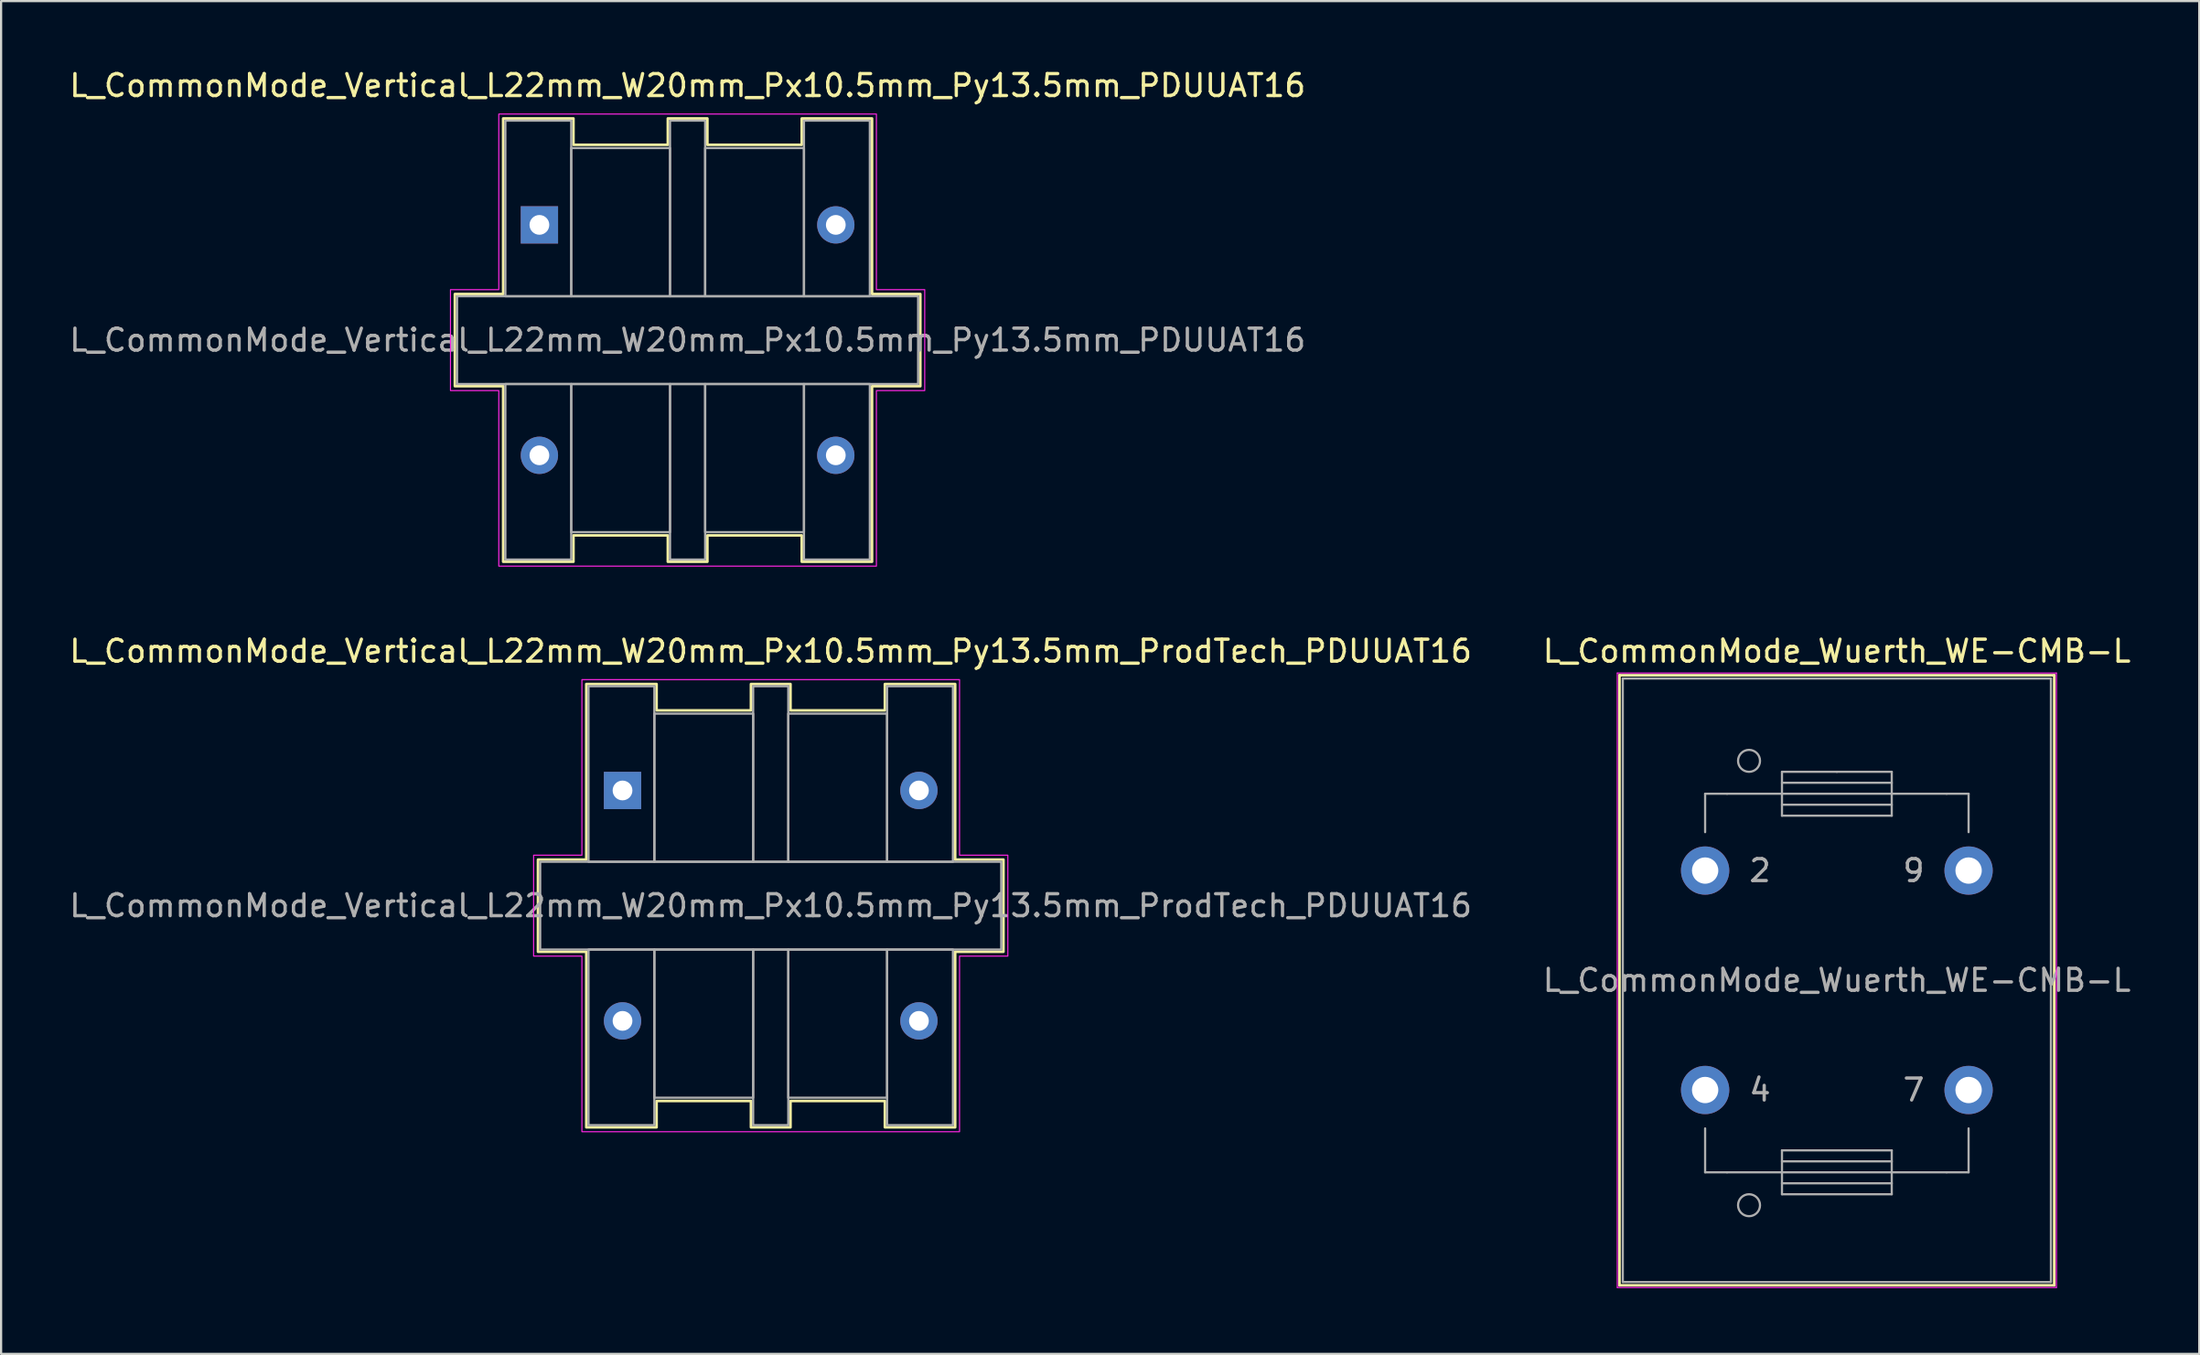
<source format=kicad_pcb>
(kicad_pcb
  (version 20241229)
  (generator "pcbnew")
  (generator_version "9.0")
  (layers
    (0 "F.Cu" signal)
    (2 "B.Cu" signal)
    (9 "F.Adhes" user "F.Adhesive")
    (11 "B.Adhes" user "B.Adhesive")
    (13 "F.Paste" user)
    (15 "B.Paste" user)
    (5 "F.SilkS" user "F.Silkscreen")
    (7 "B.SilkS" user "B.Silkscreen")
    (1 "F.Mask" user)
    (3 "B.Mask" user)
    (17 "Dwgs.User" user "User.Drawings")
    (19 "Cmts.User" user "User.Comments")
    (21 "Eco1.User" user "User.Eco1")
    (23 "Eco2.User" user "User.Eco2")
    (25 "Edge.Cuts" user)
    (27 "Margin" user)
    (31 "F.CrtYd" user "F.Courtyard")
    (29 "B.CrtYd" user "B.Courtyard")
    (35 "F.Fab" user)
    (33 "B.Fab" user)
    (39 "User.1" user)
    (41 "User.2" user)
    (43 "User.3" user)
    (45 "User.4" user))
  (footprint "L_CommonMode_Wuerth_WE-CMB-L"
    (layer "F.Cu")
    (at 74.613 36.621)
    (property "Reference" "L_CommonMode_Wuerth_WE-CMB-L" (at 6 -10 0) (layer "F.SilkS") (effects (font (size 1 1) (thickness 0.15))))
    (attr through_hole)
    (fp_line (start -3.9 18.9) (end -3.9 -8.9) (stroke (width 0.12) (type solid)) (layer "F.SilkS"))
    (fp_line (start -3.9 18.9) (end 15.9 18.9) (stroke (width 0.12) (type solid)) (layer "F.SilkS"))
    (fp_line (start 15.9 -8.9) (end -3.9 -8.9) (stroke (width 0.12) (type solid)) (layer "F.SilkS"))
    (fp_line (start 15.9 18.9) (end 15.9 -8.9) (stroke (width 0.12) (type solid)) (layer "F.SilkS"))
    (fp_line (start -4 -9) (end -4 19) (stroke (width 0.05) (type solid)) (layer "F.CrtYd"))
    (fp_line (start -4 19) (end 16 19) (stroke (width 0.05) (type solid)) (layer "F.CrtYd"))
    (fp_line (start 16 -9) (end -4 -9) (stroke (width 0.05) (type solid)) (layer "F.CrtYd"))
    (fp_line (start 16 19) (end 16 -9) (stroke (width 0.05) (type solid)) (layer "F.CrtYd"))
    (fp_line (start -3.75 -8.75) (end -3.75 18.75) (stroke (width 0.1) (type solid)) (layer "F.Fab"))
    (fp_line (start 0 -3.5) (end 0 -1.75) (stroke (width 0.1) (type solid)) (layer "F.Fab"))
    (fp_line (start 0 13.75) (end 0 11.75) (stroke (width 0.1) (type solid)) (layer "F.Fab"))
    (fp_line (start 1 -3.5) (end 0 -3.5) (stroke (width 0.1) (type solid)) (layer "F.Fab"))
    (fp_line (start 1 13.75) (end 0 13.75) (stroke (width 0.1) (type solid)) (layer "F.Fab"))
    (fp_line (start 1 13.75) (end 3.5 13.75) (stroke (width 0.1) (type solid)) (layer "F.Fab"))
    (fp_line (start 3.5 -4.5) (end 6 -4.5) (stroke (width 0.1) (type solid)) (layer "F.Fab"))
    (fp_line (start 3.5 -3.5) (end 1 -3.5) (stroke (width 0.1) (type solid)) (layer "F.Fab"))
    (fp_line (start 3.5 -3.5) (end 8.5 -3.5) (stroke (width 0.1) (type solid)) (layer "F.Fab"))
    (fp_line (start 3.5 -3) (end 8.5 -3) (stroke (width 0.1) (type solid)) (layer "F.Fab"))
    (fp_line (start 3.5 -2.5) (end 3.5 -4.5) (stroke (width 0.1) (type solid)) (layer "F.Fab"))
    (fp_line (start 3.5 12.75) (end 8.5 12.75) (stroke (width 0.1) (type solid)) (layer "F.Fab"))
    (fp_line (start 3.5 14.25) (end 8.5 14.25) (stroke (width 0.1) (type solid)) (layer "F.Fab"))
    (fp_line (start 3.5 14.75) (end 3.5 12.75) (stroke (width 0.1) (type solid)) (layer "F.Fab"))
    (fp_line (start 6 -4.5) (end 8.5 -4.5) (stroke (width 0.1) (type solid)) (layer "F.Fab"))
    (fp_line (start 8.5 -4.5) (end 8.5 -2.5) (stroke (width 0.1) (type solid)) (layer "F.Fab"))
    (fp_line (start 8.5 -4) (end 3.5 -4) (stroke (width 0.1) (type solid)) (layer "F.Fab"))
    (fp_line (start 8.5 -3.5) (end 11 -3.5) (stroke (width 0.1) (type solid)) (layer "F.Fab"))
    (fp_line (start 8.5 -2.5) (end 3.5 -2.5) (stroke (width 0.1) (type solid)) (layer "F.Fab"))
    (fp_line (start 8.5 12.75) (end 8.5 14.75) (stroke (width 0.1) (type solid)) (layer "F.Fab"))
    (fp_line (start 8.5 13.25) (end 3.5 13.25) (stroke (width 0.1) (type solid)) (layer "F.Fab"))
    (fp_line (start 8.5 13.75) (end 3.5 13.75) (stroke (width 0.1) (type solid)) (layer "F.Fab"))
    (fp_line (start 8.5 14.75) (end 3.5 14.75) (stroke (width 0.1) (type solid)) (layer "F.Fab"))
    (fp_line (start 11 -3.5) (end 12 -3.5) (stroke (width 0.1) (type solid)) (layer "F.Fab"))
    (fp_line (start 11 13.75) (end 8.5 13.75) (stroke (width 0.1) (type solid)) (layer "F.Fab"))
    (fp_line (start 11 13.75) (end 12 13.75) (stroke (width 0.1) (type solid)) (layer "F.Fab"))
    (fp_line (start 12 -3.5) (end 12 -1.75) (stroke (width 0.1) (type solid)) (layer "F.Fab"))
    (fp_line (start 12 13.75) (end 12 11.75) (stroke (width 0.1) (type solid)) (layer "F.Fab"))
    (fp_line (start 15.75 -8.75) (end -3.75 -8.75) (stroke (width 0.1) (type solid)) (layer "F.Fab"))
    (fp_line (start 15.75 -8.75) (end 15.75 18.75) (stroke (width 0.1) (type solid)) (layer "F.Fab"))
    (fp_line (start 15.75 18.75) (end -3.75 18.75) (stroke (width 0.1) (type solid)) (layer "F.Fab"))
    (fp_circle (center 2 -5) (end 2.5 -5) (stroke (width 0.1) (type solid)) (fill no) (layer "F.Fab"))
    (fp_circle (center 2 15.25) (end 2.5 15.25) (stroke (width 0.1) (type solid)) (fill no) (layer "F.Fab"))
    (fp_text user "7" (at 9.5 10 0) (layer "F.Fab") (effects (font (size 1 1) (thickness 0.15))))
    (fp_text user "2" (at 2.5 0 0) (layer "F.Fab") (effects (font (size 1 1) (thickness 0.15))))
    (fp_text user "4" (at 2.5 10 0) (layer "F.Fab") (effects (font (size 1 1) (thickness 0.15))))
    (fp_text user "${REFERENCE}" (at 6 5 0) (layer "F.Fab") (effects (font (size 1 1) (thickness 0.15))))
    (fp_text user "9" (at 9.5 0 0) (layer "F.Fab") (effects (font (size 1 1) (thickness 0.15))))
    (pad "2" thru_hole circle (at 0 0) (size 2.2 2.2) (drill 1.2) (layers "*.Cu" "*.Mask"))
    (pad "4" thru_hole circle (at 0 10) (size 2.2 2.2) (drill 1.2) (layers "*.Cu" "*.Mask"))
    (pad "7" thru_hole circle (at 12 10) (size 2.2 2.2) (drill 1.2) (layers "*.Cu" "*.Mask"))
    (pad "9" thru_hole circle (at 12 0) (size 2.2 2.2) (drill 1.2) (layers "*.Cu" "*.Mask")))
  (footprint "L_CommonMode_Vertical_L22mm_W20mm_Px10.5mm_Py13.5mm_ProdTech_PDUUAT16"
    (layer "F.Cu")
    (at 25.304 32.971)
    (property "Reference" "L_CommonMode_Vertical_L22mm_W20mm_Px10.5mm_Py13.5mm_ProdTech_PDUUAT16" (at 6.75 -6.35 0) (unlocked yes) (layer "F.SilkS") (effects (font (size 1 1) (thickness 0.15))))
    (attr through_hole)
    (fp_poly (pts (xy 1.55 -3.65) (xy 5.85 -3.65) (xy 5.85 -4.85) (xy 7.65 -4.85) (xy 7.65 -3.65) (xy 11.95 -3.65) (xy 11.95 -4.85) (xy 15.15 -4.85) (xy 15.15 3.15) (xy 17.35 3.15) (xy 17.35 7.35) (xy 15.15 7.35) (xy 15.15 15.35) (xy 11.95 15.35) (xy 11.95 14.15) (xy 7.65 14.15) (xy 7.65 15.35) (xy 5.85 15.35) (xy 5.85 14.15) (xy 1.55 14.15) (xy 1.55 15.35) (xy -1.65 15.35) (xy -1.65 7.35) (xy -3.85 7.35) (xy -3.85 3.15) (xy -1.65 3.15) (xy -1.65 -4.85) (xy 1.55 -4.85)) (stroke (width 0.12) (type solid)) (fill no) (layer "F.SilkS"))
    (fp_poly (pts (xy 15.35 2.95) (xy 17.55 2.95) (xy 17.55 7.55) (xy 15.35 7.55) (xy 15.35 15.55) (xy -1.85 15.55) (xy -1.85 7.55) (xy -4.05 7.55) (xy -4.05 2.95) (xy -1.85 2.95) (xy -1.85 -5.05) (xy 15.35 -5.05)) (stroke (width 0.05) (type solid)) (fill no) (layer "F.CrtYd"))
    (fp_rect (start -3.75 3.25) (end 17.25 7.25) (stroke (width 0.1) (type solid)) (fill no) (layer "F.Fab"))
    (fp_rect (start -1.55 -4.75) (end 1.45 3.25) (stroke (width 0.1) (type solid)) (fill no) (layer "F.Fab"))
    (fp_rect (start -1.55 7.25) (end 1.45 15.25) (stroke (width 0.1) (type solid)) (fill no) (layer "F.Fab"))
    (fp_rect (start 1.45 -3.5) (end 5.95 3.25) (stroke (width 0.1) (type solid)) (fill no) (layer "F.Fab"))
    (fp_rect (start 1.45 7.25) (end 5.95 14) (stroke (width 0.1) (type solid)) (fill no) (layer "F.Fab"))
    (fp_rect (start 5.95 -4.75) (end 7.55 3.25) (stroke (width 0.1) (type solid)) (fill no) (layer "F.Fab"))
    (fp_rect (start 5.95 7.25) (end 7.55 15.25) (stroke (width 0.1) (type solid)) (fill no) (layer "F.Fab"))
    (fp_rect (start 7.55 -3.5) (end 12.05 3.25) (stroke (width 0.1) (type solid)) (fill no) (layer "F.Fab"))
    (fp_rect (start 7.55 7.25) (end 12.05 14) (stroke (width 0.1) (type solid)) (fill no) (layer "F.Fab"))
    (fp_rect (start 15.05 3.25) (end 12.05 -4.75) (stroke (width 0.1) (type solid)) (fill no) (layer "F.Fab"))
    (fp_rect (start 15.05 15.25) (end 12.05 7.25) (stroke (width 0.1) (type solid)) (fill no) (layer "F.Fab"))
    (fp_text user "${REFERENCE}" (at 6.75 5.25 0) (unlocked yes) (layer "F.Fab") (effects (font (size 1 1) (thickness 0.15))))
    (pad "1" thru_hole rect (at 0 0) (size 1.7 1.7) (drill 0.9) (layers "*.Cu" "*.Mask"))
    (pad "2" thru_hole circle (at 13.5 0) (size 1.7 1.7) (drill 0.9) (layers "*.Cu" "*.Mask"))
    (pad "3" thru_hole circle (at 13.5 10.5) (size 1.7 1.7) (drill 0.9) (layers "*.Cu" "*.Mask"))
    (pad "4" thru_hole circle (at 0 10.5) (size 1.7 1.7) (drill 0.9) (layers "*.Cu" "*.Mask"))
    (zone (net_name "") (layers "F.Cu" "B.Cu" "F.SilkS") (hatch edge 0.508) (connect_pads) (min_thickness 0.254) (filled_areas_thickness no) (keepout (tracks not_allowed) (vias not_allowed) (pads not_allowed) (copperpour not_allowed) (footprints allowed)) (placement (enabled no)) (fill) (polygon (pts (xy 37.354 46.971) (xy 26.754 46.971) (xy 26.754 29.471) (xy 37.354 29.471)))))
  (footprint "L_CommonMode_Vertical_L22mm_W20mm_Px10.5mm_Py13.5mm_PDUUAT16"
    (layer "F.Cu")
    (at 21.518 7.198)
    (property "Reference" "L_CommonMode_Vertical_L22mm_W20mm_Px10.5mm_Py13.5mm_PDUUAT16" (at 6.75 -6.35 0) (unlocked yes) (layer "F.SilkS") (effects (font (size 1 1) (thickness 0.15))))
    (attr through_hole)
    (fp_poly (pts (xy 1.55 -3.65) (xy 5.85 -3.65) (xy 5.85 -4.85) (xy 7.65 -4.85) (xy 7.65 -3.65) (xy 11.95 -3.65) (xy 11.95 -4.85) (xy 15.15 -4.85) (xy 15.15 3.15) (xy 17.35 3.15) (xy 17.35 7.35) (xy 15.15 7.35) (xy 15.15 15.35) (xy 11.95 15.35) (xy 11.95 14.15) (xy 7.65 14.15) (xy 7.65 15.35) (xy 5.85 15.35) (xy 5.85 14.15) (xy 1.55 14.15) (xy 1.55 15.35) (xy -1.65 15.35) (xy -1.65 7.35) (xy -3.85 7.35) (xy -3.85 3.15) (xy -1.65 3.15) (xy -1.65 -4.85) (xy 1.55 -4.85)) (stroke (width 0.12) (type solid)) (fill no) (layer "F.SilkS"))
    (fp_poly (pts (xy 15.35 2.95) (xy 17.55 2.95) (xy 17.55 7.55) (xy 15.35 7.55) (xy 15.35 15.55) (xy -1.85 15.55) (xy -1.85 7.55) (xy -4.05 7.55) (xy -4.05 2.95) (xy -1.85 2.95) (xy -1.85 -5.05) (xy 15.35 -5.05)) (stroke (width 0.05) (type solid)) (fill no) (layer "F.CrtYd"))
    (fp_rect (start -3.75 3.25) (end 17.25 7.25) (stroke (width 0.1) (type solid)) (fill no) (layer "F.Fab"))
    (fp_rect (start -1.55 -4.75) (end 1.45 3.25) (stroke (width 0.1) (type solid)) (fill no) (layer "F.Fab"))
    (fp_rect (start -1.55 7.25) (end 1.45 15.25) (stroke (width 0.1) (type solid)) (fill no) (layer "F.Fab"))
    (fp_rect (start 1.45 -3.5) (end 5.95 3.25) (stroke (width 0.1) (type solid)) (fill no) (layer "F.Fab"))
    (fp_rect (start 1.45 7.25) (end 5.95 14) (stroke (width 0.1) (type solid)) (fill no) (layer "F.Fab"))
    (fp_rect (start 5.95 -4.75) (end 7.55 3.25) (stroke (width 0.1) (type solid)) (fill no) (layer "F.Fab"))
    (fp_rect (start 5.95 7.25) (end 7.55 15.25) (stroke (width 0.1) (type solid)) (fill no) (layer "F.Fab"))
    (fp_rect (start 7.55 -3.5) (end 12.05 3.25) (stroke (width 0.1) (type solid)) (fill no) (layer "F.Fab"))
    (fp_rect (start 7.55 7.25) (end 12.05 14) (stroke (width 0.1) (type solid)) (fill no) (layer "F.Fab"))
    (fp_rect (start 15.05 3.25) (end 12.05 -4.75) (stroke (width 0.1) (type solid)) (fill no) (layer "F.Fab"))
    (fp_rect (start 15.05 15.25) (end 12.05 7.25) (stroke (width 0.1) (type solid)) (fill no) (layer "F.Fab"))
    (fp_text user "${REFERENCE}" (at 6.75 5.25 0) (unlocked yes) (layer "F.Fab") (effects (font (size 1 1) (thickness 0.15))))
    (pad "1" thru_hole rect (at 0 0) (size 1.7 1.7) (drill 0.9) (layers "*.Cu" "*.Mask"))
    (pad "2" thru_hole circle (at 13.5 0) (size 1.7 1.7) (drill 0.9) (layers "*.Cu" "*.Mask"))
    (pad "3" thru_hole circle (at 13.5 10.5) (size 1.7 1.7) (drill 0.9) (layers "*.Cu" "*.Mask"))
    (pad "4" thru_hole circle (at 0 10.5) (size 1.7 1.7) (drill 0.9) (layers "*.Cu" "*.Mask"))
    (zone (net_name "") (layers "F.Cu" "B.Cu" "F.SilkS") (hatch edge 0.508) (connect_pads) (min_thickness 0.254) (filled_areas_thickness no) (keepout (tracks not_allowed) (vias not_allowed) (pads not_allowed) (copperpour not_allowed) (footprints allowed)) (placement (enabled no)) (fill) (polygon (pts (xy 33.568 21.198) (xy 22.968 21.198) (xy 22.968 3.698) (xy 33.568 3.698)))))
  (gr_rect
    (start -3 -3)
    (end 97.119 58.647)
    (stroke (width 0.1) (type default))
    (fill no)
    (layer "Edge.Cuts")))
</source>
